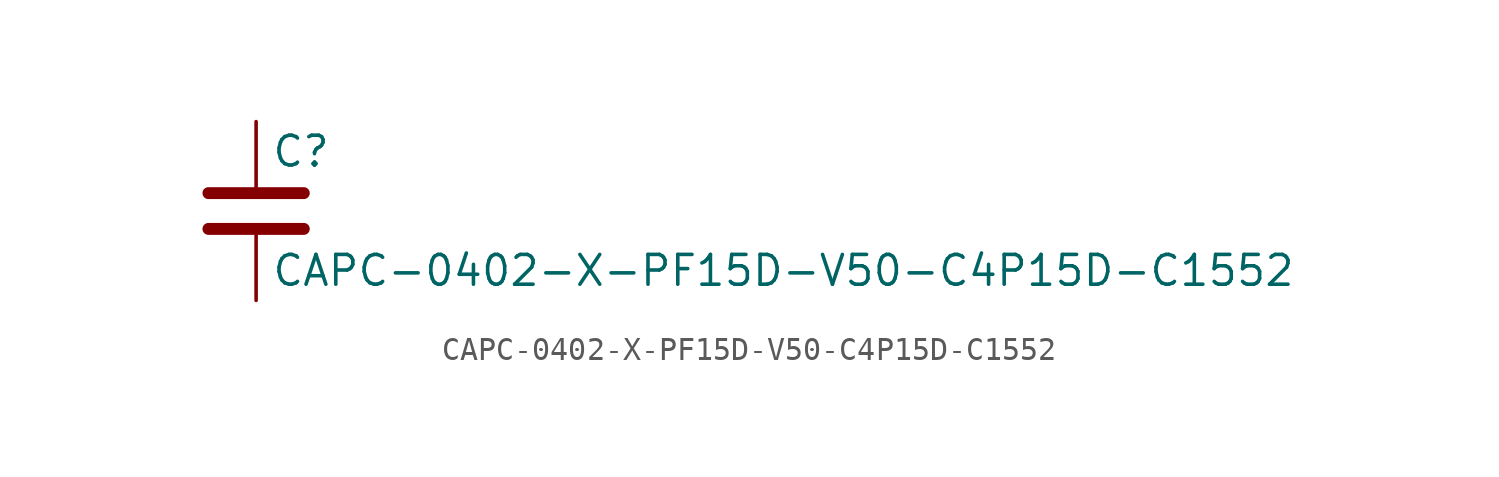
<source format=kicad_sym>
(kicad_symbol_lib
  (version 20211014)
  (generator kicad_symbol_editor)
  (symbol "CAPC-0402-X-PF15D-V50-C4P15D-C1552"
    (pin_numbers hide)
    (pin_names
      (offset 0.254))
    (property "Reference" "C"
      (at 0.635 2.54 0)
      (effects (font (size 1.27 1.27)) (justify left)))
    (property "Value" "CAPC-0402-X-PF15D-V50-C4P15D-C1552"
      (at 0.635 -2.54 0)
      (effects (font (size 1.27 1.27)) (justify left)))
    (symbol "CAPC-0402-X-PF15D-V50-C4P15D-C1552_0_1"
      (polyline (pts (xy -2.032 -0.762) (xy 2.032 -0.762)) (stroke (width 0.508) (type default) (color 0 0 0 0)) (fill (type none)))
      (polyline (pts (xy -2.032 0.762) (xy 2.032 0.762)) (stroke (width 0.508) (type default) (color 0 0 0 0)) (fill (type none))))
    (symbol "CAPC-0402-X-PF15D-V50-C4P15D-C1552_1_1"
      (pin passive line (at 0 3.81 270) (length 2.794) (name "~" (effects (font (size 1.27 1.27)))) (number "1" (effects (font (size 1.27 1.27)))))
      (pin passive line (at 0 -3.81 90) (length 2.794) (name "~" (effects (font (size 1.27 1.27)))) (number "2" (effects (font (size 1.27 1.27))))))))
</source>
